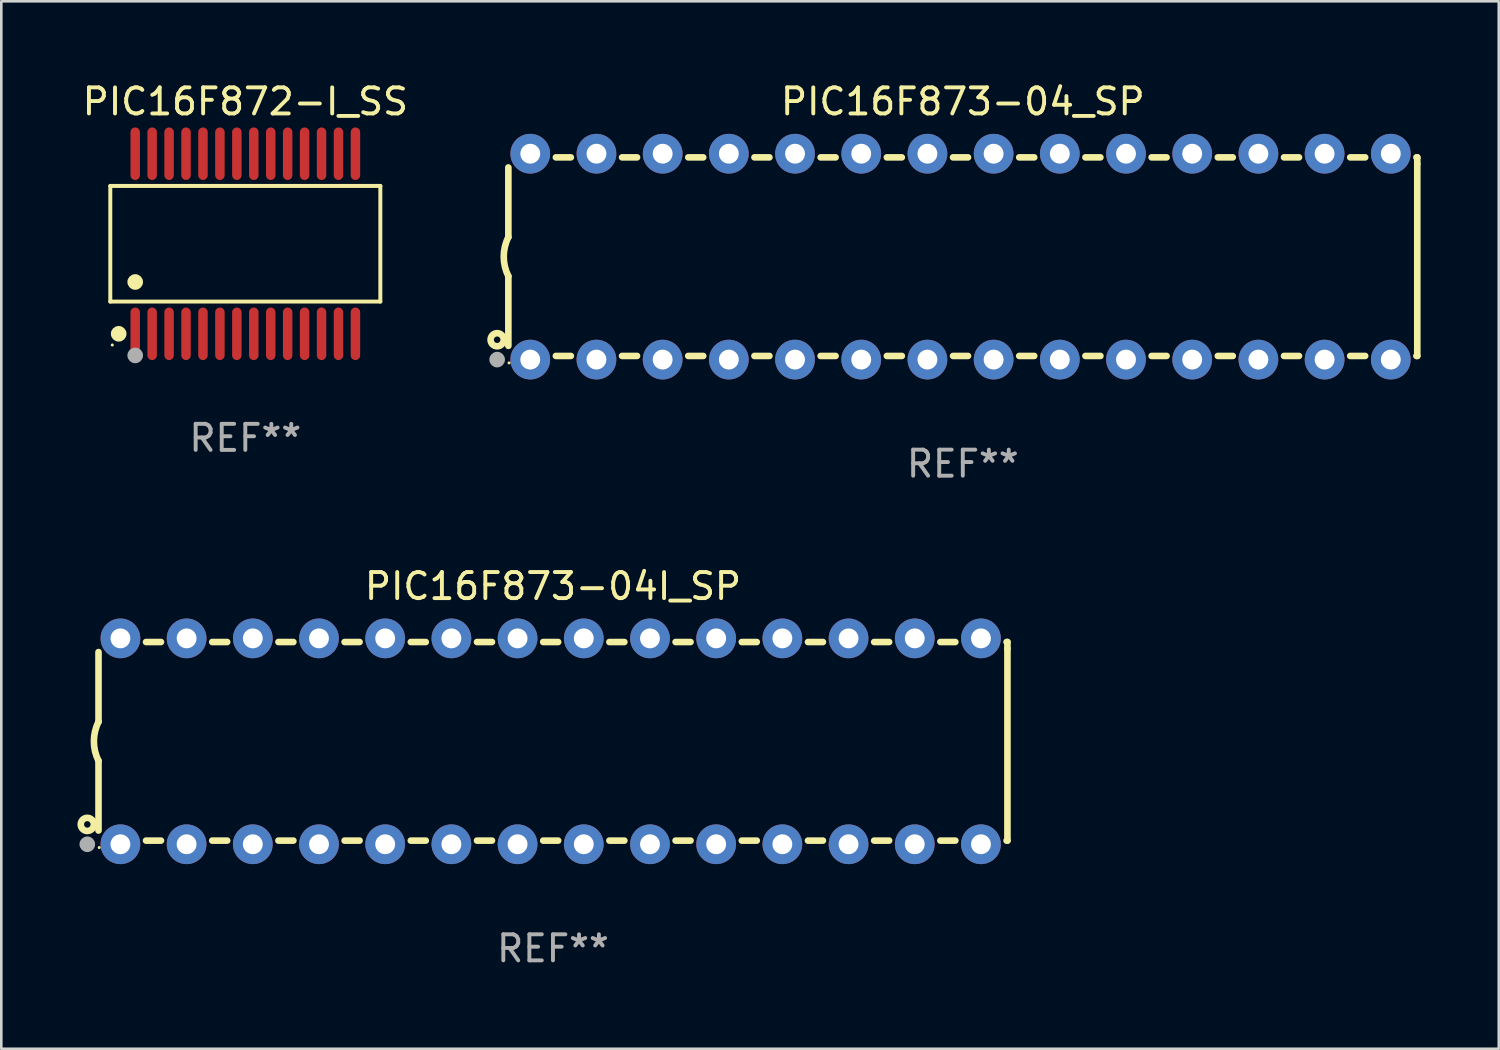
<source format=kicad_pcb>
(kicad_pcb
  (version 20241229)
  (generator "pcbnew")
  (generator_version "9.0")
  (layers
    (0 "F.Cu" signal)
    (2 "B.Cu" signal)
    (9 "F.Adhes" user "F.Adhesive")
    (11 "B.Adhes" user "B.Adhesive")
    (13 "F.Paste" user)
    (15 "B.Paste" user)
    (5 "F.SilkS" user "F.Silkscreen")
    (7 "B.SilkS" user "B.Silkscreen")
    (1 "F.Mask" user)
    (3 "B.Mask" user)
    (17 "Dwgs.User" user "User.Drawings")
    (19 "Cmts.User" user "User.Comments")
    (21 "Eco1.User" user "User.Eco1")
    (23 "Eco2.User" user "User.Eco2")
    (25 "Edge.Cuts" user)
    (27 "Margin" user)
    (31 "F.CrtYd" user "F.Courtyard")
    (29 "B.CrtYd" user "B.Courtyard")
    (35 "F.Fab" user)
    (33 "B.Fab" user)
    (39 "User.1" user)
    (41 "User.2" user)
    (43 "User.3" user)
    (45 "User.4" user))
  (footprint "PIC16F873-04_SP"
    (layer "F.Cu")
    (at 33.894 6.798)
    (property "Reference" "PIC16F873-04_SP" (at 0 -5.95 0) (layer "F.SilkS") (effects (font (size 1 1) (thickness 0.15))))
    (attr through_hole)
    (fp_line (start -17.438 0.75) (end -17.438 3.423) (stroke (width 0.254) (type solid)) (layer "F.SilkS"))
    (fp_line (start -17.438 -3.423) (end -17.438 -0.75) (stroke (width 0.254) (type solid)) (layer "F.SilkS"))
    (fp_line (start -15.615 3.81) (end -15.041 3.81) (stroke (width 0.254) (type solid)) (layer "F.SilkS"))
    (fp_line (start -15.041 -3.81) (end -15.614 -3.81) (stroke (width 0.254) (type solid)) (layer "F.SilkS"))
    (fp_line (start -13.075 3.81) (end -12.501 3.81) (stroke (width 0.254) (type solid)) (layer "F.SilkS"))
    (fp_line (start -12.501 -3.81) (end -13.074 -3.81) (stroke (width 0.254) (type solid)) (layer "F.SilkS"))
    (fp_line (start -10.535 3.81) (end -9.961 3.81) (stroke (width 0.254) (type solid)) (layer "F.SilkS"))
    (fp_line (start -9.961 -3.81) (end -10.534 -3.81) (stroke (width 0.254) (type solid)) (layer "F.SilkS"))
    (fp_line (start -7.995 3.81) (end -7.421 3.81) (stroke (width 0.254) (type solid)) (layer "F.SilkS"))
    (fp_line (start -7.421 -3.81) (end -7.995 -3.81) (stroke (width 0.254) (type solid)) (layer "F.SilkS"))
    (fp_line (start -5.455 3.81) (end -4.881 3.81) (stroke (width 0.254) (type solid)) (layer "F.SilkS"))
    (fp_line (start -4.881 -3.81) (end -5.455 -3.81) (stroke (width 0.254) (type solid)) (layer "F.SilkS"))
    (fp_line (start -2.915 3.81) (end -2.341 3.81) (stroke (width 0.254) (type solid)) (layer "F.SilkS"))
    (fp_line (start -2.341 -3.81) (end -2.915 -3.81) (stroke (width 0.254) (type solid)) (layer "F.SilkS"))
    (fp_line (start -0.375 3.81) (end 0.199 3.81) (stroke (width 0.254) (type solid)) (layer "F.SilkS"))
    (fp_line (start 0.199 -3.81) (end -0.375 -3.81) (stroke (width 0.254) (type solid)) (layer "F.SilkS"))
    (fp_line (start 2.165 3.81) (end 2.739 3.81) (stroke (width 0.254) (type solid)) (layer "F.SilkS"))
    (fp_line (start 2.739 -3.81) (end 2.165 -3.81) (stroke (width 0.254) (type solid)) (layer "F.SilkS"))
    (fp_line (start 4.705 3.81) (end 5.279 3.81) (stroke (width 0.254) (type solid)) (layer "F.SilkS"))
    (fp_line (start 5.279 -3.81) (end 4.705 -3.81) (stroke (width 0.254) (type solid)) (layer "F.SilkS"))
    (fp_line (start 7.245 3.81) (end 7.819 3.81) (stroke (width 0.254) (type solid)) (layer "F.SilkS"))
    (fp_line (start 7.819 -3.81) (end 7.245 -3.81) (stroke (width 0.254) (type solid)) (layer "F.SilkS"))
    (fp_line (start 9.785 3.81) (end 10.359 3.81) (stroke (width 0.254) (type solid)) (layer "F.SilkS"))
    (fp_line (start 10.359 -3.81) (end 9.785 -3.81) (stroke (width 0.254) (type solid)) (layer "F.SilkS"))
    (fp_line (start 12.325 3.81) (end 12.899 3.81) (stroke (width 0.254) (type solid)) (layer "F.SilkS"))
    (fp_line (start 12.899 -3.81) (end 12.325 -3.81) (stroke (width 0.254) (type solid)) (layer "F.SilkS"))
    (fp_line (start 14.865 3.81) (end 15.439 3.81) (stroke (width 0.254) (type solid)) (layer "F.SilkS"))
    (fp_line (start 15.439 -3.81) (end 14.865 -3.81) (stroke (width 0.254) (type solid)) (layer "F.SilkS"))
    (fp_line (start 17.405 3.81) (end 17.438 3.81) (stroke (width 0.254) (type solid)) (layer "F.SilkS"))
    (fp_line (start 17.438 -3.81) (end 17.405 -3.81) (stroke (width 0.254) (type solid)) (layer "F.SilkS"))
    (fp_line (start 17.438 -3.556) (end 17.438 -3.81) (stroke (width 0.254) (type solid)) (layer "F.SilkS"))
    (fp_line (start 17.438 3.81) (end 17.438 -3.556) (stroke (width 0.254) (type solid)) (layer "F.SilkS"))
    (fp_arc (start -17.437986 0.749657) (mid -17.614887 -0.000024) (end -17.437783 -0.749657) (stroke (width 0.254001) (type solid)) (layer "F.SilkS"))
    (fp_circle (center -17.868 3.188) (end -17.743 3.188) (stroke (width 0.254) (type solid)) (fill no) (layer "F.SilkS"))
    (fp_circle (center -17.411 4.077) (end -17.381 4.077) (stroke (width 0.06) (type solid)) (fill no) (layer "F.SilkS"))
    (fp_circle (center -17.868 3.95) (end -17.718 3.95) (stroke (width 0.3) (type solid)) (fill no) (layer "F.Fab"))
    (fp_text user "REF**" (at 0 7.95 0) (layer "F.Fab") (effects (font (size 1 1) (thickness 0.15))))
    (pad "1" thru_hole circle (at -16.598 3.95) (size 1.524 1.524) (drill 0.762) (layers "*.Cu" "*.Mask"))
    (pad "2" thru_hole circle (at -14.058 3.95) (size 1.524 1.524) (drill 0.762) (layers "*.Cu" "*.Mask"))
    (pad "3" thru_hole circle (at -11.518 3.95) (size 1.524 1.524) (drill 0.762) (layers "*.Cu" "*.Mask"))
    (pad "4" thru_hole circle (at -8.978 3.95) (size 1.524 1.524) (drill 0.762) (layers "*.Cu" "*.Mask"))
    (pad "5" thru_hole circle (at -6.438 3.95) (size 1.524 1.524) (drill 0.762) (layers "*.Cu" "*.Mask"))
    (pad "6" thru_hole circle (at -3.898 3.95) (size 1.524 1.524) (drill 0.762) (layers "*.Cu" "*.Mask"))
    (pad "7" thru_hole circle (at -1.358 3.95) (size 1.524 1.524) (drill 0.762) (layers "*.Cu" "*.Mask"))
    (pad "8" thru_hole circle (at 1.182 3.95) (size 1.524 1.524) (drill 0.762) (layers "*.Cu" "*.Mask"))
    (pad "9" thru_hole circle (at 3.722 3.95) (size 1.524 1.524) (drill 0.762) (layers "*.Cu" "*.Mask"))
    (pad "10" thru_hole circle (at 6.262 3.95) (size 1.524 1.524) (drill 0.762) (layers "*.Cu" "*.Mask"))
    (pad "11" thru_hole circle (at 8.802 3.95) (size 1.524 1.524) (drill 0.762) (layers "*.Cu" "*.Mask"))
    (pad "12" thru_hole circle (at 11.342 3.95) (size 1.524 1.524) (drill 0.762) (layers "*.Cu" "*.Mask"))
    (pad "13" thru_hole circle (at 13.882 3.95) (size 1.524 1.524) (drill 0.762) (layers "*.Cu" "*.Mask"))
    (pad "14" thru_hole circle (at 16.422 3.95) (size 1.524 1.524) (drill 0.762) (layers "*.Cu" "*.Mask"))
    (pad "15" thru_hole circle (at 16.422 -3.95) (size 1.524 1.524) (drill 0.762) (layers "*.Cu" "*.Mask"))
    (pad "16" thru_hole circle (at 13.882 -3.95) (size 1.524 1.524) (drill 0.762) (layers "*.Cu" "*.Mask"))
    (pad "17" thru_hole circle (at 11.342 -3.95) (size 1.524 1.524) (drill 0.762) (layers "*.Cu" "*.Mask"))
    (pad "18" thru_hole circle (at 8.802 -3.95) (size 1.524 1.524) (drill 0.762) (layers "*.Cu" "*.Mask"))
    (pad "19" thru_hole circle (at 6.262 -3.95) (size 1.524 1.524) (drill 0.762) (layers "*.Cu" "*.Mask"))
    (pad "20" thru_hole circle (at 3.722 -3.95) (size 1.524 1.524) (drill 0.762) (layers "*.Cu" "*.Mask"))
    (pad "21" thru_hole circle (at 1.182 -3.95) (size 1.524 1.524) (drill 0.762) (layers "*.Cu" "*.Mask"))
    (pad "22" thru_hole circle (at -1.358 -3.95) (size 1.524 1.524) (drill 0.762) (layers "*.Cu" "*.Mask"))
    (pad "23" thru_hole circle (at -3.898 -3.95) (size 1.524 1.524) (drill 0.762) (layers "*.Cu" "*.Mask"))
    (pad "24" thru_hole circle (at -6.438 -3.95) (size 1.524 1.524) (drill 0.762) (layers "*.Cu" "*.Mask"))
    (pad "25" thru_hole circle (at -8.978 -3.95) (size 1.524 1.524) (drill 0.762) (layers "*.Cu" "*.Mask"))
    (pad "26" thru_hole circle (at -11.517 -3.95) (size 1.524 1.524) (drill 0.762) (layers "*.Cu" "*.Mask"))
    (pad "27" thru_hole circle (at -14.057 -3.95) (size 1.524 1.524) (drill 0.762) (layers "*.Cu" "*.Mask"))
    (pad "28" thru_hole circle (at -16.597 -3.95) (size 1.524 1.524) (drill 0.762) (layers "*.Cu" "*.Mask")))
  (footprint "PIC16F873-04I_SP"
    (layer "F.Cu")
    (at 18.168 25.395)
    (property "Reference" "PIC16F873-04I_SP" (at 0 -5.95 0) (layer "F.SilkS") (effects (font (size 1 1) (thickness 0.15))))
    (attr through_hole)
    (fp_line (start -17.438 0.75) (end -17.438 3.423) (stroke (width 0.254) (type solid)) (layer "F.SilkS"))
    (fp_line (start -17.438 -3.423) (end -17.438 -0.75) (stroke (width 0.254) (type solid)) (layer "F.SilkS"))
    (fp_line (start -15.615 3.81) (end -15.041 3.81) (stroke (width 0.254) (type solid)) (layer "F.SilkS"))
    (fp_line (start -15.041 -3.81) (end -15.614 -3.81) (stroke (width 0.254) (type solid)) (layer "F.SilkS"))
    (fp_line (start -13.075 3.81) (end -12.501 3.81) (stroke (width 0.254) (type solid)) (layer "F.SilkS"))
    (fp_line (start -12.501 -3.81) (end -13.074 -3.81) (stroke (width 0.254) (type solid)) (layer "F.SilkS"))
    (fp_line (start -10.535 3.81) (end -9.961 3.81) (stroke (width 0.254) (type solid)) (layer "F.SilkS"))
    (fp_line (start -9.961 -3.81) (end -10.534 -3.81) (stroke (width 0.254) (type solid)) (layer "F.SilkS"))
    (fp_line (start -7.995 3.81) (end -7.421 3.81) (stroke (width 0.254) (type solid)) (layer "F.SilkS"))
    (fp_line (start -7.421 -3.81) (end -7.995 -3.81) (stroke (width 0.254) (type solid)) (layer "F.SilkS"))
    (fp_line (start -5.455 3.81) (end -4.881 3.81) (stroke (width 0.254) (type solid)) (layer "F.SilkS"))
    (fp_line (start -4.881 -3.81) (end -5.455 -3.81) (stroke (width 0.254) (type solid)) (layer "F.SilkS"))
    (fp_line (start -2.915 3.81) (end -2.341 3.81) (stroke (width 0.254) (type solid)) (layer "F.SilkS"))
    (fp_line (start -2.341 -3.81) (end -2.915 -3.81) (stroke (width 0.254) (type solid)) (layer "F.SilkS"))
    (fp_line (start -0.375 3.81) (end 0.199 3.81) (stroke (width 0.254) (type solid)) (layer "F.SilkS"))
    (fp_line (start 0.199 -3.81) (end -0.375 -3.81) (stroke (width 0.254) (type solid)) (layer "F.SilkS"))
    (fp_line (start 2.165 3.81) (end 2.739 3.81) (stroke (width 0.254) (type solid)) (layer "F.SilkS"))
    (fp_line (start 2.739 -3.81) (end 2.165 -3.81) (stroke (width 0.254) (type solid)) (layer "F.SilkS"))
    (fp_line (start 4.705 3.81) (end 5.279 3.81) (stroke (width 0.254) (type solid)) (layer "F.SilkS"))
    (fp_line (start 5.279 -3.81) (end 4.705 -3.81) (stroke (width 0.254) (type solid)) (layer "F.SilkS"))
    (fp_line (start 7.245 3.81) (end 7.819 3.81) (stroke (width 0.254) (type solid)) (layer "F.SilkS"))
    (fp_line (start 7.819 -3.81) (end 7.245 -3.81) (stroke (width 0.254) (type solid)) (layer "F.SilkS"))
    (fp_line (start 9.785 3.81) (end 10.359 3.81) (stroke (width 0.254) (type solid)) (layer "F.SilkS"))
    (fp_line (start 10.359 -3.81) (end 9.785 -3.81) (stroke (width 0.254) (type solid)) (layer "F.SilkS"))
    (fp_line (start 12.325 3.81) (end 12.899 3.81) (stroke (width 0.254) (type solid)) (layer "F.SilkS"))
    (fp_line (start 12.899 -3.81) (end 12.325 -3.81) (stroke (width 0.254) (type solid)) (layer "F.SilkS"))
    (fp_line (start 14.865 3.81) (end 15.439 3.81) (stroke (width 0.254) (type solid)) (layer "F.SilkS"))
    (fp_line (start 15.439 -3.81) (end 14.865 -3.81) (stroke (width 0.254) (type solid)) (layer "F.SilkS"))
    (fp_line (start 17.405 3.81) (end 17.438 3.81) (stroke (width 0.254) (type solid)) (layer "F.SilkS"))
    (fp_line (start 17.438 -3.81) (end 17.405 -3.81) (stroke (width 0.254) (type solid)) (layer "F.SilkS"))
    (fp_line (start 17.438 -3.556) (end 17.438 -3.81) (stroke (width 0.254) (type solid)) (layer "F.SilkS"))
    (fp_line (start 17.438 3.81) (end 17.438 -3.556) (stroke (width 0.254) (type solid)) (layer "F.SilkS"))
    (fp_arc (start -17.437986 0.749657) (mid -17.614887 -0.000024) (end -17.437783 -0.749657) (stroke (width 0.254001) (type solid)) (layer "F.SilkS"))
    (fp_circle (center -17.868 3.188) (end -17.743 3.188) (stroke (width 0.254) (type solid)) (fill no) (layer "F.SilkS"))
    (fp_circle (center -17.411 4.077) (end -17.381 4.077) (stroke (width 0.06) (type solid)) (fill no) (layer "F.SilkS"))
    (fp_circle (center -17.868 3.95) (end -17.718 3.95) (stroke (width 0.3) (type solid)) (fill no) (layer "F.Fab"))
    (fp_text user "REF**" (at 0 7.95 0) (layer "F.Fab") (effects (font (size 1 1) (thickness 0.15))))
    (pad "1" thru_hole circle (at -16.598 3.95) (size 1.524 1.524) (drill 0.762) (layers "*.Cu" "*.Mask"))
    (pad "2" thru_hole circle (at -14.058 3.95) (size 1.524 1.524) (drill 0.762) (layers "*.Cu" "*.Mask"))
    (pad "3" thru_hole circle (at -11.518 3.95) (size 1.524 1.524) (drill 0.762) (layers "*.Cu" "*.Mask"))
    (pad "4" thru_hole circle (at -8.978 3.95) (size 1.524 1.524) (drill 0.762) (layers "*.Cu" "*.Mask"))
    (pad "5" thru_hole circle (at -6.438 3.95) (size 1.524 1.524) (drill 0.762) (layers "*.Cu" "*.Mask"))
    (pad "6" thru_hole circle (at -3.898 3.95) (size 1.524 1.524) (drill 0.762) (layers "*.Cu" "*.Mask"))
    (pad "7" thru_hole circle (at -1.358 3.95) (size 1.524 1.524) (drill 0.762) (layers "*.Cu" "*.Mask"))
    (pad "8" thru_hole circle (at 1.182 3.95) (size 1.524 1.524) (drill 0.762) (layers "*.Cu" "*.Mask"))
    (pad "9" thru_hole circle (at 3.722 3.95) (size 1.524 1.524) (drill 0.762) (layers "*.Cu" "*.Mask"))
    (pad "10" thru_hole circle (at 6.262 3.95) (size 1.524 1.524) (drill 0.762) (layers "*.Cu" "*.Mask"))
    (pad "11" thru_hole circle (at 8.802 3.95) (size 1.524 1.524) (drill 0.762) (layers "*.Cu" "*.Mask"))
    (pad "12" thru_hole circle (at 11.342 3.95) (size 1.524 1.524) (drill 0.762) (layers "*.Cu" "*.Mask"))
    (pad "13" thru_hole circle (at 13.882 3.95) (size 1.524 1.524) (drill 0.762) (layers "*.Cu" "*.Mask"))
    (pad "14" thru_hole circle (at 16.422 3.95) (size 1.524 1.524) (drill 0.762) (layers "*.Cu" "*.Mask"))
    (pad "15" thru_hole circle (at 16.422 -3.95) (size 1.524 1.524) (drill 0.762) (layers "*.Cu" "*.Mask"))
    (pad "16" thru_hole circle (at 13.882 -3.95) (size 1.524 1.524) (drill 0.762) (layers "*.Cu" "*.Mask"))
    (pad "17" thru_hole circle (at 11.342 -3.95) (size 1.524 1.524) (drill 0.762) (layers "*.Cu" "*.Mask"))
    (pad "18" thru_hole circle (at 8.802 -3.95) (size 1.524 1.524) (drill 0.762) (layers "*.Cu" "*.Mask"))
    (pad "19" thru_hole circle (at 6.262 -3.95) (size 1.524 1.524) (drill 0.762) (layers "*.Cu" "*.Mask"))
    (pad "20" thru_hole circle (at 3.722 -3.95) (size 1.524 1.524) (drill 0.762) (layers "*.Cu" "*.Mask"))
    (pad "21" thru_hole circle (at 1.182 -3.95) (size 1.524 1.524) (drill 0.762) (layers "*.Cu" "*.Mask"))
    (pad "22" thru_hole circle (at -1.358 -3.95) (size 1.524 1.524) (drill 0.762) (layers "*.Cu" "*.Mask"))
    (pad "23" thru_hole circle (at -3.898 -3.95) (size 1.524 1.524) (drill 0.762) (layers "*.Cu" "*.Mask"))
    (pad "24" thru_hole circle (at -6.438 -3.95) (size 1.524 1.524) (drill 0.762) (layers "*.Cu" "*.Mask"))
    (pad "25" thru_hole circle (at -8.978 -3.95) (size 1.524 1.524) (drill 0.762) (layers "*.Cu" "*.Mask"))
    (pad "26" thru_hole circle (at -11.517 -3.95) (size 1.524 1.524) (drill 0.762) (layers "*.Cu" "*.Mask"))
    (pad "27" thru_hole circle (at -14.057 -3.95) (size 1.524 1.524) (drill 0.762) (layers "*.Cu" "*.Mask"))
    (pad "28" thru_hole circle (at -16.597 -3.95) (size 1.524 1.524) (drill 0.762) (layers "*.Cu" "*.Mask")))
  (footprint "PIC16F872-I_SS"
    (layer "F.Cu")
    (at 6.363 6.303)
    (property "Reference" "PIC16F872-I_SS" (at 0 -5.455 0) (layer "F.SilkS") (effects (font (size 1 1) (thickness 0.15))))
    (attr through_hole)
    (fp_line (start -5.181 -2.219) (end 5.181 -2.219) (stroke (width 0.152) (type solid)) (layer "F.SilkS"))
    (fp_line (start -5.181 2.219) (end -5.181 -2.219) (stroke (width 0.152) (type solid)) (layer "F.SilkS"))
    (fp_line (start 5.181 -2.219) (end 5.181 2.219) (stroke (width 0.152) (type solid)) (layer "F.SilkS"))
    (fp_line (start 5.181 2.219) (end -5.181 2.219) (stroke (width 0.152) (type solid)) (layer "F.SilkS"))
    (fp_circle (center -5.105 3.885) (end -5.075 3.885) (stroke (width 0.06) (type solid)) (fill no) (layer "F.SilkS"))
    (fp_circle (center -4.859 3.455) (end -4.709 3.455) (stroke (width 0.3) (type solid)) (fill no) (layer "F.SilkS"))
    (fp_circle (center -4.225 1.467) (end -4.075 1.467) (stroke (width 0.3) (type solid)) (fill no) (layer "F.SilkS"))
    (fp_circle (center -4.225 4.285) (end -4.075 4.285) (stroke (width 0.3) (type solid)) (fill no) (layer "F.Fab"))
    (fp_text user "REF**" (at 0 7.455 0) (layer "F.Fab") (effects (font (size 1 1) (thickness 0.15))))
    (pad "1" smd oval (at -4.225 3.455) (size 0.364 2.015) (layers "F.Cu" "F.Mask" "F.Paste"))
    (pad "2" smd oval (at -3.575 3.455) (size 0.364 2.015) (layers "F.Cu" "F.Mask" "F.Paste"))
    (pad "3" smd oval (at -2.925 3.455) (size 0.364 2.015) (layers "F.Cu" "F.Mask" "F.Paste"))
    (pad "4" smd oval (at -2.275 3.455) (size 0.364 2.015) (layers "F.Cu" "F.Mask" "F.Paste"))
    (pad "5" smd oval (at -1.625 3.455) (size 0.364 2.015) (layers "F.Cu" "F.Mask" "F.Paste"))
    (pad "6" smd oval (at -0.975 3.455) (size 0.364 2.015) (layers "F.Cu" "F.Mask" "F.Paste"))
    (pad "7" smd oval (at -0.325 3.455) (size 0.364 2.015) (layers "F.Cu" "F.Mask" "F.Paste"))
    (pad "8" smd oval (at 0.325 3.455) (size 0.364 2.015) (layers "F.Cu" "F.Mask" "F.Paste"))
    (pad "9" smd oval (at 0.975 3.455) (size 0.364 2.015) (layers "F.Cu" "F.Mask" "F.Paste"))
    (pad "10" smd oval (at 1.625 3.455) (size 0.364 2.015) (layers "F.Cu" "F.Mask" "F.Paste"))
    (pad "11" smd oval (at 2.275 3.455) (size 0.364 2.015) (layers "F.Cu" "F.Mask" "F.Paste"))
    (pad "12" smd oval (at 2.925 3.455) (size 0.364 2.015) (layers "F.Cu" "F.Mask" "F.Paste"))
    (pad "13" smd oval (at 3.575 3.455) (size 0.364 2.015) (layers "F.Cu" "F.Mask" "F.Paste"))
    (pad "14" smd oval (at 4.225 3.455) (size 0.364 2.015) (layers "F.Cu" "F.Mask" "F.Paste"))
    (pad "15" smd oval (at 4.225 -3.455) (size 0.364 2.015) (layers "F.Cu" "F.Mask" "F.Paste"))
    (pad "16" smd oval (at 3.575 -3.455) (size 0.364 2.015) (layers "F.Cu" "F.Mask" "F.Paste"))
    (pad "17" smd oval (at 2.925 -3.455) (size 0.364 2.015) (layers "F.Cu" "F.Mask" "F.Paste"))
    (pad "18" smd oval (at 2.275 -3.455) (size 0.364 2.015) (layers "F.Cu" "F.Mask" "F.Paste"))
    (pad "19" smd oval (at 1.625 -3.455) (size 0.364 2.015) (layers "F.Cu" "F.Mask" "F.Paste"))
    (pad "20" smd oval (at 0.975 -3.455) (size 0.364 2.015) (layers "F.Cu" "F.Mask" "F.Paste"))
    (pad "21" smd oval (at 0.325 -3.455) (size 0.364 2.015) (layers "F.Cu" "F.Mask" "F.Paste"))
    (pad "22" smd oval (at -0.325 -3.455) (size 0.364 2.015) (layers "F.Cu" "F.Mask" "F.Paste"))
    (pad "23" smd oval (at -0.975 -3.455) (size 0.364 2.015) (layers "F.Cu" "F.Mask" "F.Paste"))
    (pad "24" smd oval (at -1.625 -3.455) (size 0.364 2.015) (layers "F.Cu" "F.Mask" "F.Paste"))
    (pad "25" smd oval (at -2.275 -3.455) (size 0.364 2.015) (layers "F.Cu" "F.Mask" "F.Paste"))
    (pad "26" smd oval (at -2.925 -3.455) (size 0.364 2.015) (layers "F.Cu" "F.Mask" "F.Paste"))
    (pad "27" smd oval (at -3.575 -3.455) (size 0.364 2.015) (layers "F.Cu" "F.Mask" "F.Paste"))
    (pad "28" smd oval (at -4.225 -3.455) (size 0.364 2.015) (layers "F.Cu" "F.Mask" "F.Paste")))
  (gr_rect
    (start -3 -3)
    (end 54.459 37.193)
    (stroke (width 0.1) (type default))
    (fill no)
    (layer "Edge.Cuts")))
</source>
